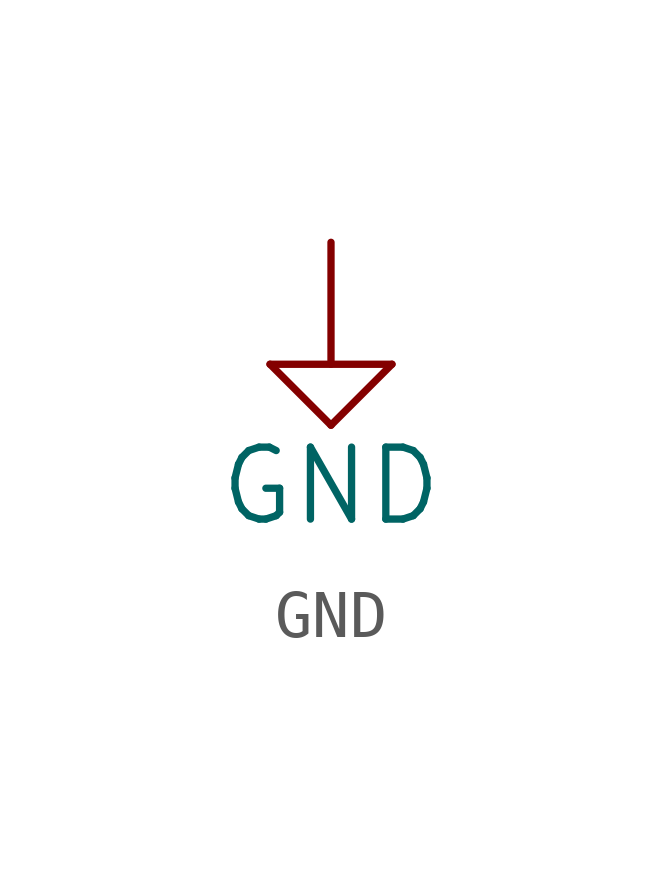
<source format=kicad_sym>
(kicad_symbol_lib
  (version 20211014)
  (generator kicad_symbol_editor)
  (symbol "GND"
    (power)
    (pin_names
      (offset 1.016))
    (property "Reference" "#SUPPLY"
      (at 0 0 0)
      (effects (font (size 1.27 1.27)) hide))
    (property "Value" "GND"
      (at 0 -2.54 0)
      (effects (font (size 1.499 1.499))))
    (property "ki_locked" ""
      (at 0 0 0)
      (effects (font (size 1.27 1.27))))
    (symbol "GND_1_0"
      (polyline (pts (xy -1.27 0) (xy 1.27 0)) (stroke (width 0) (type default) (color 0 0 0 0)) (fill (type none)))
      (polyline (pts (xy 0 -1.27) (xy -1.27 0)) (stroke (width 0) (type default) (color 0 0 0 0)) (fill (type none)))
      (polyline (pts (xy 1.27 0) (xy 0 -1.27)) (stroke (width 0) (type default) (color 0 0 0 0)) (fill (type none)))
      (pin power_in line (at 0 2.54 270) (length 2.54) (name "GND" (effects (font (size 0 0)))) (number "1" (effects (font (size 0 0))))))))
</source>
